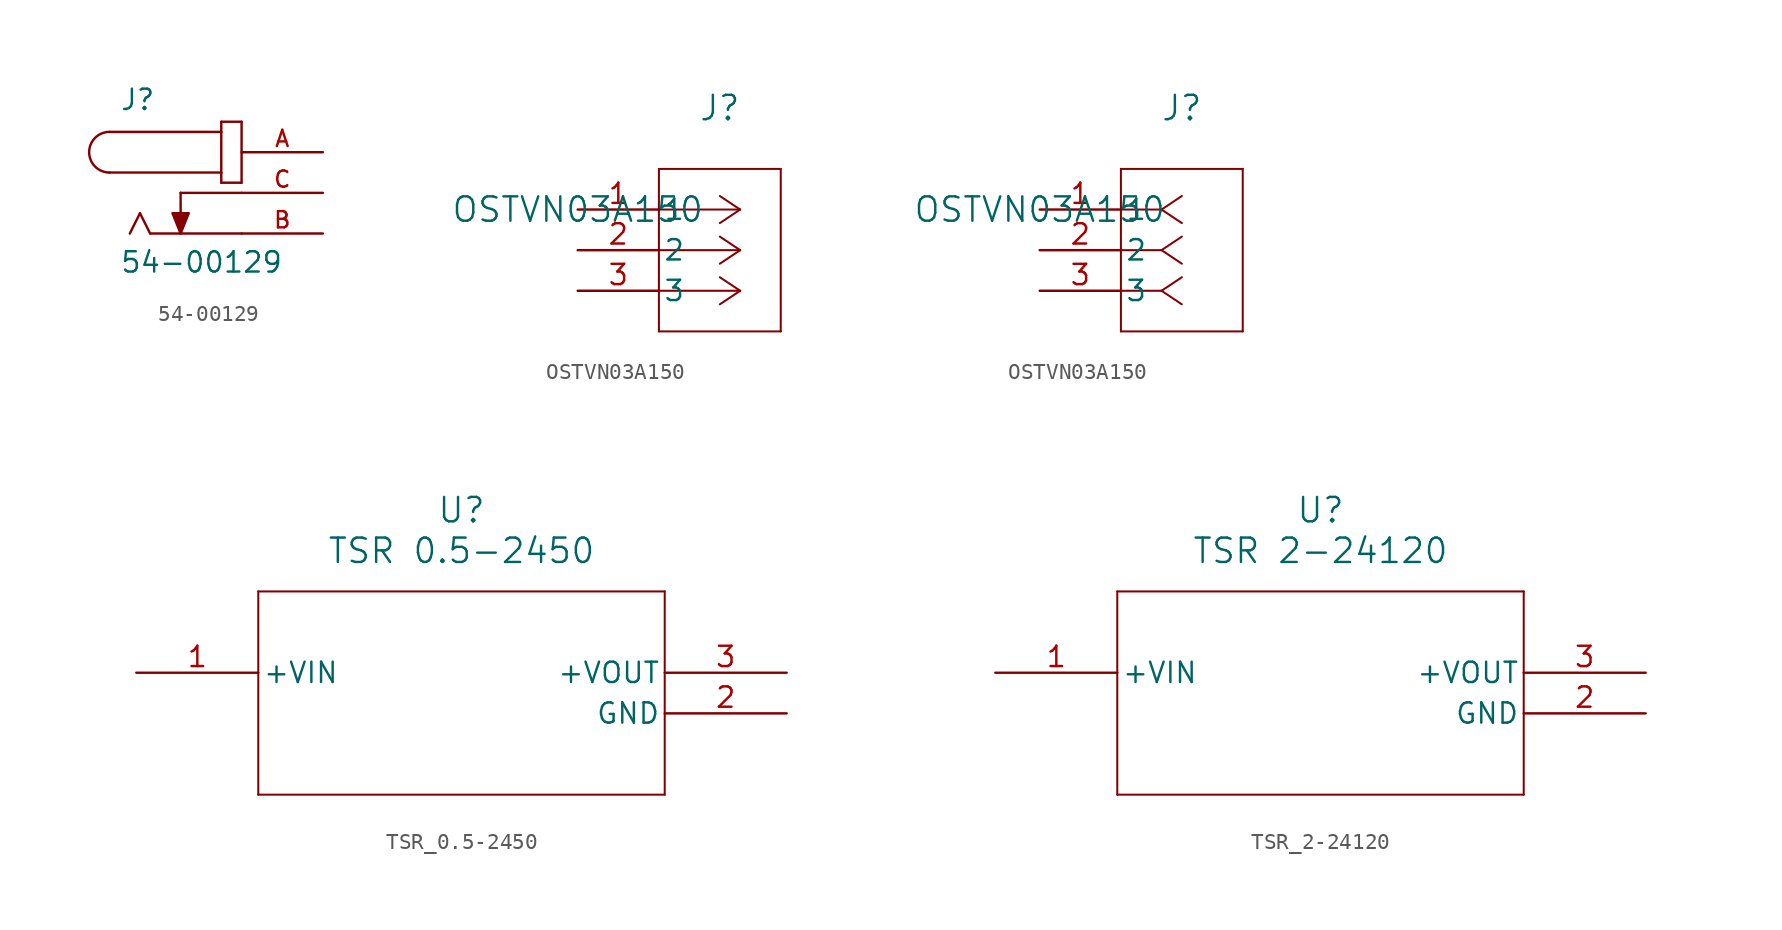
<source format=kicad_sym>
(kicad_symbol_lib
  (version 20220914)
  (generator kicad_symbol_editor)
  (symbol "54-00129"
    (pin_names
      (offset 1.016))
    (property "Reference" "J"
      (at -7.62 5.08 0)
      (effects (font (size 1.27 1.27)) (justify left bottom)))
    (property "Value" "54-00129"
      (at -7.62 -5.08 0)
      (effects (font (size 1.27 1.27)) (justify left bottom)))
    (symbol "54-00129_0_0"
      (arc (start -8.255 3.81) (mid -9.5195 2.54) (end -8.255 1.27) (stroke (width 0.1524) (type default)) (fill (type none)))
      (polyline (pts (xy -8.255 3.81) (xy -1.27 3.81)) (stroke (width 0.152) (type default)) (fill (type none)))
      (polyline (pts (xy -6.35 -1.27) (xy -6.985 -2.54)) (stroke (width 0.152) (type default)) (fill (type none)))
      (polyline (pts (xy -5.715 -2.54) (xy -6.35 -1.27)) (stroke (width 0.152) (type default)) (fill (type none)))
      (polyline (pts (xy -3.81 0) (xy -3.81 -2.54)) (stroke (width 0.152) (type default)) (fill (type none)))
      (polyline (pts (xy -1.27 0.635) (xy 0 0.635)) (stroke (width 0.152) (type default)) (fill (type none)))
      (polyline (pts (xy -1.27 1.27) (xy -8.255 1.27)) (stroke (width 0.152) (type default)) (fill (type none)))
      (polyline (pts (xy -1.27 1.27) (xy -1.27 0.635)) (stroke (width 0.152) (type default)) (fill (type none)))
      (polyline (pts (xy -1.27 3.81) (xy -1.27 1.27)) (stroke (width 0.152) (type default)) (fill (type none)))
      (polyline (pts (xy -1.27 4.445) (xy -1.27 3.81)) (stroke (width 0.152) (type default)) (fill (type none)))
      (polyline (pts (xy 0 -2.54) (xy -5.715 -2.54)) (stroke (width 0.152) (type default)) (fill (type none)))
      (polyline (pts (xy 0 0) (xy -3.81 0)) (stroke (width 0.152) (type default)) (fill (type none)))
      (polyline (pts (xy 0 0.635) (xy 0 4.445)) (stroke (width 0.152) (type default)) (fill (type none)))
      (polyline (pts (xy 0 4.445) (xy -1.27 4.445)) (stroke (width 0.152) (type default)) (fill (type none)))
      (polyline (pts (xy -3.81 -2.54) (xy -4.318 -1.27) (xy -3.302 -1.27) (xy -3.81 -2.54)) (stroke (width 0.152) (type default)) (fill (type outline)))
      (pin passive line (at 5.08 2.54 180) (length 5.08) (name "~" (effects (font (size 1.016 1.016)))) (number "A" (effects (font (size 1.016 1.016)))))
      (pin passive line (at 5.08 -2.54 180) (length 5.08) (name "~" (effects (font (size 1.016 1.016)))) (number "B" (effects (font (size 1.016 1.016)))))
      (pin passive line (at 5.08 0 180) (length 5.08) (name "~" (effects (font (size 1.016 1.016)))) (number "C" (effects (font (size 1.016 1.016)))))))
  (symbol "OSTVN03A150"
    (pin_names
      (offset 0.254))
    (property "Reference" "J"
      (at 8.89 6.35 0)
      (effects (font (size 1.524 1.524))))
    (property "Value" "OSTVN03A150"
      (at 0 0 0)
      (effects (font (size 1.524 1.524))))
    (property "ki_locked" ""
      (at 0 0 0)
      (effects (font (size 1.27 1.27))))
    (symbol "OSTVN03A150_1_1"
      (polyline (pts (xy 5.08 -7.62) (xy 12.7 -7.62)) (stroke (width 0.127) (type default)) (fill (type none)))
      (polyline (pts (xy 5.08 2.54) (xy 5.08 -7.62)) (stroke (width 0.127) (type default)) (fill (type none)))
      (polyline (pts (xy 10.16 -5.08) (xy 5.08 -5.08)) (stroke (width 0.127) (type default)) (fill (type none)))
      (polyline (pts (xy 10.16 -5.08) (xy 8.89 -5.927)) (stroke (width 0.127) (type default)) (fill (type none)))
      (polyline (pts (xy 10.16 -5.08) (xy 8.89 -4.233)) (stroke (width 0.127) (type default)) (fill (type none)))
      (polyline (pts (xy 10.16 -2.54) (xy 5.08 -2.54)) (stroke (width 0.127) (type default)) (fill (type none)))
      (polyline (pts (xy 10.16 -2.54) (xy 8.89 -3.387)) (stroke (width 0.127) (type default)) (fill (type none)))
      (polyline (pts (xy 10.16 -2.54) (xy 8.89 -1.693)) (stroke (width 0.127) (type default)) (fill (type none)))
      (polyline (pts (xy 10.16 0) (xy 5.08 0)) (stroke (width 0.127) (type default)) (fill (type none)))
      (polyline (pts (xy 10.16 0) (xy 8.89 -0.847)) (stroke (width 0.127) (type default)) (fill (type none)))
      (polyline (pts (xy 10.16 0) (xy 8.89 0.847)) (stroke (width 0.127) (type default)) (fill (type none)))
      (polyline (pts (xy 12.7 -7.62) (xy 12.7 2.54)) (stroke (width 0.127) (type default)) (fill (type none)))
      (polyline (pts (xy 12.7 2.54) (xy 5.08 2.54)) (stroke (width 0.127) (type default)) (fill (type none)))
      (pin unspecified line (at 0 0 0) (length 5.08) (name "1" (effects (font (size 1.27 1.27)))) (number "1" (effects (font (size 1.27 1.27)))))
      (pin unspecified line (at 0 -2.54 0) (length 5.08) (name "2" (effects (font (size 1.27 1.27)))) (number "2" (effects (font (size 1.27 1.27)))))
      (pin unspecified line (at 0 -5.08 0) (length 5.08) (name "3" (effects (font (size 1.27 1.27)))) (number "3" (effects (font (size 1.27 1.27))))))
    (symbol "OSTVN03A150_1_2"
      (polyline (pts (xy 5.08 -7.62) (xy 12.7 -7.62)) (stroke (width 0.127) (type default)) (fill (type none)))
      (polyline (pts (xy 5.08 2.54) (xy 5.08 -7.62)) (stroke (width 0.127) (type default)) (fill (type none)))
      (polyline (pts (xy 7.62 -5.08) (xy 5.08 -5.08)) (stroke (width 0.127) (type default)) (fill (type none)))
      (polyline (pts (xy 7.62 -5.08) (xy 8.89 -5.927)) (stroke (width 0.127) (type default)) (fill (type none)))
      (polyline (pts (xy 7.62 -5.08) (xy 8.89 -4.233)) (stroke (width 0.127) (type default)) (fill (type none)))
      (polyline (pts (xy 7.62 -2.54) (xy 5.08 -2.54)) (stroke (width 0.127) (type default)) (fill (type none)))
      (polyline (pts (xy 7.62 -2.54) (xy 8.89 -3.387)) (stroke (width 0.127) (type default)) (fill (type none)))
      (polyline (pts (xy 7.62 -2.54) (xy 8.89 -1.693)) (stroke (width 0.127) (type default)) (fill (type none)))
      (polyline (pts (xy 7.62 0) (xy 5.08 0)) (stroke (width 0.127) (type default)) (fill (type none)))
      (polyline (pts (xy 7.62 0) (xy 8.89 -0.847)) (stroke (width 0.127) (type default)) (fill (type none)))
      (polyline (pts (xy 7.62 0) (xy 8.89 0.847)) (stroke (width 0.127) (type default)) (fill (type none)))
      (polyline (pts (xy 12.7 -7.62) (xy 12.7 2.54)) (stroke (width 0.127) (type default)) (fill (type none)))
      (polyline (pts (xy 12.7 2.54) (xy 5.08 2.54)) (stroke (width 0.127) (type default)) (fill (type none)))
      (pin unspecified line (at 0 0 0) (length 5.08) (name "1" (effects (font (size 1.27 1.27)))) (number "1" (effects (font (size 1.27 1.27)))))
      (pin unspecified line (at 0 -2.54 0) (length 5.08) (name "2" (effects (font (size 1.27 1.27)))) (number "2" (effects (font (size 1.27 1.27)))))
      (pin unspecified line (at 0 -5.08 0) (length 5.08) (name "3" (effects (font (size 1.27 1.27)))) (number "3" (effects (font (size 1.27 1.27)))))))
  (symbol "TSR_0.5-2450"
    (pin_names
      (offset 0.254))
    (property "Reference" "U"
      (at 20.32 10.16 0)
      (effects (font (size 1.524 1.524))))
    (property "Value" "TSR 0.5-2450"
      (at 20.32 7.62 0)
      (effects (font (size 1.524 1.524))))
    (property "ki_locked" ""
      (at 0 0 0)
      (effects (font (size 1.27 1.27))))
    (symbol "TSR_0.5-2450_0_1"
      (polyline (pts (xy 7.62 -7.62) (xy 33.02 -7.62)) (stroke (width 0.127) (type default)) (fill (type none)))
      (polyline (pts (xy 7.62 5.08) (xy 7.62 -7.62)) (stroke (width 0.127) (type default)) (fill (type none)))
      (polyline (pts (xy 33.02 -7.62) (xy 33.02 5.08)) (stroke (width 0.127) (type default)) (fill (type none)))
      (polyline (pts (xy 33.02 5.08) (xy 7.62 5.08)) (stroke (width 0.127) (type default)) (fill (type none)))
      (pin power_in line (at 0 0 0) (length 7.62) (name "+VIN" (effects (font (size 1.27 1.27)))) (number "1" (effects (font (size 1.27 1.27)))))
      (pin power_out line (at 40.64 -2.54 180) (length 7.62) (name "GND" (effects (font (size 1.27 1.27)))) (number "2" (effects (font (size 1.27 1.27))))))
    (symbol "TSR_0.5-2450_1_1"
      (pin power_out line (at 40.64 0 180) (length 7.62) (name "+VOUT" (effects (font (size 1.27 1.27)))) (number "3" (effects (font (size 1.27 1.27)))))))
  (symbol "TSR_2-24120"
    (pin_names
      (offset 0.254))
    (property "Reference" "U"
      (at 20.32 10.16 0)
      (effects (font (size 1.524 1.524))))
    (property "Value" "TSR 2-24120"
      (at 20.32 7.62 0)
      (effects (font (size 1.524 1.524))))
    (property "ki_locked" ""
      (at 0 0 0)
      (effects (font (size 1.27 1.27))))
    (symbol "TSR_2-24120_0_1"
      (polyline (pts (xy 7.62 -7.62) (xy 33.02 -7.62)) (stroke (width 0.127) (type default)) (fill (type none)))
      (polyline (pts (xy 7.62 5.08) (xy 7.62 -7.62)) (stroke (width 0.127) (type default)) (fill (type none)))
      (polyline (pts (xy 33.02 -7.62) (xy 33.02 5.08)) (stroke (width 0.127) (type default)) (fill (type none)))
      (polyline (pts (xy 33.02 5.08) (xy 7.62 5.08)) (stroke (width 0.127) (type default)) (fill (type none))))
    (symbol "TSR_2-24120_1_1"
      (pin power_in line (at 0 0 0) (length 7.62) (name "+VIN" (effects (font (size 1.27 1.27)))) (number "1" (effects (font (size 1.27 1.27)))))
      (pin power_out line (at 40.64 -2.54 180) (length 7.62) (name "GND" (effects (font (size 1.27 1.27)))) (number "2" (effects (font (size 1.27 1.27)))))
      (pin power_out line (at 40.64 0 180) (length 7.62) (name "+VOUT" (effects (font (size 1.27 1.27)))) (number "3" (effects (font (size 1.27 1.27))))))))
</source>
